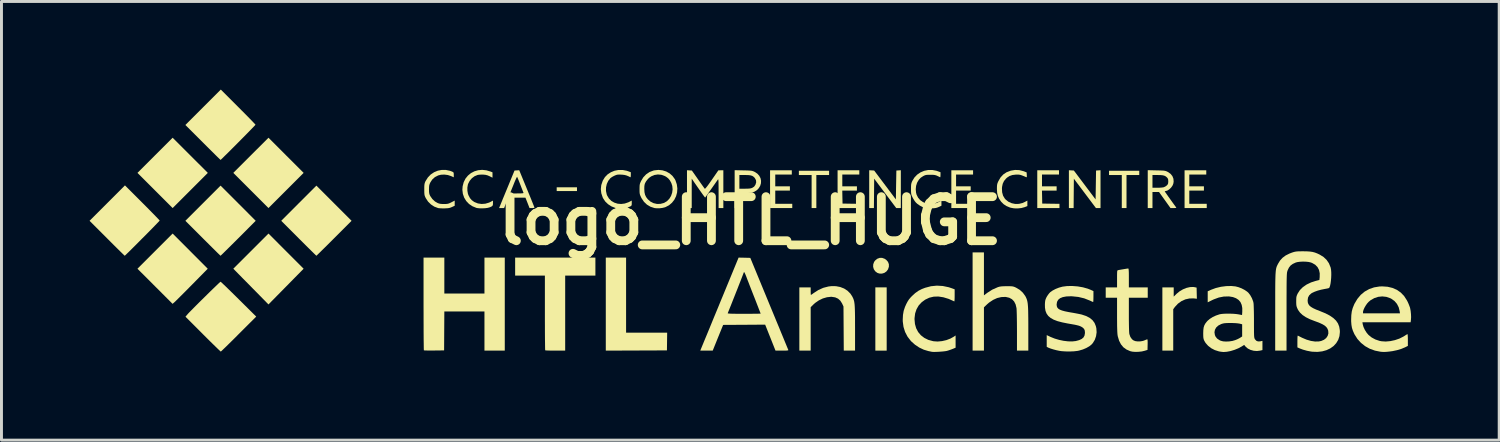
<source format=kicad_pcb>
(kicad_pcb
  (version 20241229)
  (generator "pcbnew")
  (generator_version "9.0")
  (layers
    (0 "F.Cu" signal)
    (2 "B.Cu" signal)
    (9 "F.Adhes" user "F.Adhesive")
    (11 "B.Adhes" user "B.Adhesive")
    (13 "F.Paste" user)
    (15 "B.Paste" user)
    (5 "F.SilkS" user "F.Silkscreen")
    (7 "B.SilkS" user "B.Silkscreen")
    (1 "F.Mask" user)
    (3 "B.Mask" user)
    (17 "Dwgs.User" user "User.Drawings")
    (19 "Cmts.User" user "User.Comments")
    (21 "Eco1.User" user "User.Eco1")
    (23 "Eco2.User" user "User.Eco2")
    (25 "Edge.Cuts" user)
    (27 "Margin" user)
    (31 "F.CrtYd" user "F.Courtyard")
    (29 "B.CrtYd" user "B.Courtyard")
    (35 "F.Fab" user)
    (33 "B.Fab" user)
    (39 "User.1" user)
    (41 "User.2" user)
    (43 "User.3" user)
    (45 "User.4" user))
  (footprint "logo_HTL_HUGE"
    (layer "F.Cu")
    (at 22.498 4.469)
    (property "Reference" "logo_HTL_HUGE" (at 0 0 0) (layer "F.SilkS") (effects (font (size 1.5 1.5) (thickness 0.3))))
    (attr board_only exclude_from_pos_files exclude_from_bom)
    (fp_poly (pts (xy -19.07 -2.23) (xy -18.471 -1.632) (xy -19.07 -1.033) (xy -19.669 -0.434) (xy -20.268 -1.033) (xy -20.867 -1.632) (xy -20.268 -2.231) (xy -19.669 -2.829)) (stroke (width 0) (type solid)) (fill yes) (layer "F.SilkS"))
    (fp_poly (pts (xy -15.807 -2.23) (xy -15.208 -1.632) (xy -15.807 -1.033) (xy -16.406 -0.434) (xy -17.004 -1.033) (xy -17.603 -1.632) (xy -17.004 -2.231) (xy -16.405 -2.829)) (stroke (width 0) (type solid)) (fill yes) (layer "F.SilkS"))
    (fp_poly (pts (xy -5.9 -1.077) (xy -5.9 -1.013) (xy -6.246 -1.013) (xy -6.591 -1.013) (xy -6.591 -1.077) (xy -6.591 -1.141) (xy -6.246 -1.141) (xy -5.9 -1.141)) (stroke (width 0) (type solid)) (fill yes) (layer "F.SilkS"))
    (fp_poly (pts (xy 4.646 3.344) (xy 4.646 4.421) (xy 4.453 4.421) (xy 4.26 4.421) (xy 4.26 3.344) (xy 4.26 2.267) (xy 4.453 2.267) (xy 4.646 2.267)) (stroke (width 0) (type solid)) (fill yes) (layer "F.SilkS"))
    (fp_poly (pts (xy -4.228 2.532) (xy -4.228 3.81) (xy -3.528 3.81) (xy -2.829 3.81) (xy -2.833 4.111) (xy -2.837 4.413) (xy -3.878 4.417) (xy -4.919 4.421) (xy -4.919 2.838) (xy -4.919 1.254) (xy -4.574 1.254) (xy -4.228 1.254)) (stroke (width 0) (type solid)) (fill yes) (layer "F.SilkS"))
    (fp_poly (pts (xy -15.807 1.033) (xy -15.209 1.632) (xy -15.807 2.24) (xy -16.406 2.848) (xy -16.719 2.529) (xy -16.822 2.424) (xy -16.937 2.308) (xy -17.055 2.187) (xy -17.171 2.07) (xy -17.275 1.965) (xy -17.318 1.921) (xy -17.603 1.631) (xy -17.004 1.033) (xy -16.405 0.434)) (stroke (width 0) (type solid)) (fill yes) (layer "F.SilkS"))
    (fp_poly (pts (xy -19.071 1.033) (xy -18.474 1.632) (xy -19.007 2.173) (xy -19.117 2.284) (xy -19.222 2.39) (xy -19.32 2.489) (xy -19.408 2.576) (xy -19.483 2.651) (xy -19.543 2.71) (xy -19.585 2.752) (xy -19.606 2.771) (xy -19.671 2.828) (xy -20.269 2.23) (xy -20.867 1.632) (xy -20.268 1.033) (xy -19.669 0.434)) (stroke (width 0) (type solid)) (fill yes) (layer "F.SilkS"))
    (fp_poly (pts (xy 2.685 -1.632) (xy 2.685 -1.559) (xy 2.468 -1.559) (xy 2.251 -1.559) (xy 2.251 -0.997) (xy 2.251 -0.434) (xy 2.17 -0.434) (xy 2.09 -0.434) (xy 2.09 -0.997) (xy 2.09 -1.559) (xy 1.873 -1.559) (xy 1.656 -1.559) (xy 1.656 -1.632) (xy 1.656 -1.704) (xy 2.17 -1.704) (xy 2.685 -1.704)) (stroke (width 0) (type solid)) (fill yes) (layer "F.SilkS"))
    (fp_poly (pts (xy 13.247 -1.632) (xy 13.247 -1.559) (xy 13.03 -1.559) (xy 12.813 -1.559) (xy 12.813 -0.997) (xy 12.813 -0.434) (xy 12.732 -0.434) (xy 12.652 -0.434) (xy 12.652 -0.997) (xy 12.652 -1.559) (xy 12.435 -1.559) (xy 12.218 -1.559) (xy 12.218 -1.632) (xy 12.218 -1.704) (xy 12.732 -1.704) (xy 13.247 -1.704)) (stroke (width 0) (type solid)) (fill yes) (layer "F.SilkS"))
    (fp_poly (pts (xy 5.128 -1.078) (xy 5.128 -0.434) (xy 5.05 -0.434) (xy 4.971 -0.434) (xy 4.596 -0.934) (xy 4.22 -1.434) (xy 4.216 -0.934) (xy 4.211 -0.434) (xy 4.131 -0.434) (xy 4.051 -0.434) (xy 4.051 -1.078) (xy 4.051 -1.722) (xy 4.136 -1.717) (xy 4.22 -1.712) (xy 4.59 -1.22) (xy 4.959 -0.728) (xy 4.967 -1.22) (xy 4.976 -1.712) (xy 5.052 -1.717) (xy 5.128 -1.722)) (stroke (width 0) (type solid)) (fill yes) (layer "F.SilkS"))
    (fp_poly (pts (xy 11.928 -1.078) (xy 11.928 -0.434) (xy 11.85 -0.434) (xy 11.772 -0.434) (xy 11.396 -0.934) (xy 11.02 -1.434) (xy 11.016 -0.934) (xy 11.012 -0.434) (xy 10.931 -0.434) (xy 10.851 -0.434) (xy 10.851 -1.078) (xy 10.851 -1.722) (xy 10.936 -1.717) (xy 11.02 -1.712) (xy 11.39 -1.22) (xy 11.76 -0.728) (xy 11.768 -1.22) (xy 11.776 -1.712) (xy 11.852 -1.717) (xy 11.928 -1.722)) (stroke (width 0) (type solid)) (fill yes) (layer "F.SilkS"))
    (fp_poly (pts (xy 4.577 1.293) (xy 4.631 1.33) (xy 4.691 1.399) (xy 4.721 1.478) (xy 4.721 1.565) (xy 4.691 1.654) (xy 4.689 1.657) (xy 4.635 1.727) (xy 4.564 1.775) (xy 4.481 1.799) (xy 4.395 1.796) (xy 4.324 1.771) (xy 4.254 1.717) (xy 4.207 1.646) (xy 4.185 1.566) (xy 4.188 1.482) (xy 4.217 1.401) (xy 4.253 1.352) (xy 4.325 1.293) (xy 4.407 1.263) (xy 4.492 1.263)) (stroke (width 0) (type solid)) (fill yes) (layer "F.SilkS"))
    (fp_poly (pts (xy -17.438 -0.599) (xy -16.84 -0.000054) (xy -17.434 0.595) (xy -17.548 0.709) (xy -17.656 0.816) (xy -17.754 0.913) (xy -17.841 0.999) (xy -17.915 1.072) (xy -17.973 1.129) (xy -18.014 1.168) (xy -18.035 1.188) (xy -18.037 1.19) (xy -18.05 1.179) (xy -18.083 1.147) (xy -18.135 1.097) (xy -18.202 1.03) (xy -18.284 0.949) (xy -18.378 0.856) (xy -18.482 0.752) (xy -18.594 0.641) (xy -18.64 0.595) (xy -19.235 -0.000054) (xy -18.636 -0.599) (xy -18.037 -1.198)) (stroke (width 0) (type solid)) (fill yes) (layer "F.SilkS"))
    (fp_poly (pts (xy -14.175 -0.599) (xy -13.576 -0.000054) (xy -14.171 0.595) (xy -14.285 0.709) (xy -14.392 0.816) (xy -14.49 0.913) (xy -14.578 0.999) (xy -14.651 1.072) (xy -14.71 1.129) (xy -14.75 1.168) (xy -14.771 1.188) (xy -14.774 1.19) (xy -14.786 1.179) (xy -14.82 1.147) (xy -14.871 1.097) (xy -14.939 1.03) (xy -15.021 0.949) (xy -15.115 0.856) (xy -15.219 0.752) (xy -15.331 0.641) (xy -15.377 0.595) (xy -15.971 -0.000054) (xy -15.373 -0.599) (xy -14.774 -1.198)) (stroke (width 0) (type solid)) (fill yes) (layer "F.SilkS"))
    (fp_poly (pts (xy 1.415 -1.648) (xy 1.415 -1.575) (xy 1.133 -1.575) (xy 0.852 -1.575) (xy 0.852 -1.374) (xy 0.852 -1.174) (xy 1.101 -1.174) (xy 1.35 -1.174) (xy 1.35 -1.101) (xy 1.35 -1.029) (xy 1.101 -1.029) (xy 0.852 -1.029) (xy 0.852 -0.804) (xy 0.852 -0.579) (xy 1.141 -0.579) (xy 1.431 -0.579) (xy 1.431 -0.506) (xy 1.431 -0.434) (xy 1.053 -0.434) (xy 0.675 -0.434) (xy 0.675 -1.077) (xy 0.675 -1.72) (xy 1.045 -1.72) (xy 1.415 -1.72)) (stroke (width 0) (type solid)) (fill yes) (layer "F.SilkS"))
    (fp_poly (pts (xy 3.714 -1.648) (xy 3.714 -1.575) (xy 3.424 -1.575) (xy 3.135 -1.575) (xy 3.135 -1.374) (xy 3.135 -1.174) (xy 3.384 -1.174) (xy 3.633 -1.174) (xy 3.633 -1.101) (xy 3.633 -1.029) (xy 3.384 -1.029) (xy 3.134 -1.029) (xy 3.138 -0.808) (xy 3.143 -0.587) (xy 3.436 -0.582) (xy 3.73 -0.578) (xy 3.73 -0.506) (xy 3.73 -0.434) (xy 3.352 -0.434) (xy 2.974 -0.434) (xy 2.974 -1.077) (xy 2.974 -1.72) (xy 3.344 -1.72) (xy 3.714 -1.72)) (stroke (width 0) (type solid)) (fill yes) (layer "F.SilkS"))
    (fp_poly (pts (xy 7.588 -1.648) (xy 7.588 -1.575) (xy 7.298 -1.575) (xy 7.009 -1.575) (xy 7.009 -1.374) (xy 7.009 -1.174) (xy 7.258 -1.174) (xy 7.507 -1.174) (xy 7.507 -1.101) (xy 7.507 -1.029) (xy 7.258 -1.029) (xy 7.009 -1.029) (xy 7.009 -0.804) (xy 7.009 -0.579) (xy 7.298 -0.579) (xy 7.588 -0.579) (xy 7.588 -0.506) (xy 7.588 -0.434) (xy 7.218 -0.434) (xy 6.848 -0.434) (xy 6.848 -1.077) (xy 6.848 -1.72) (xy 7.218 -1.72) (xy 7.588 -1.72)) (stroke (width 0) (type solid)) (fill yes) (layer "F.SilkS"))
    (fp_poly (pts (xy 10.514 -1.648) (xy 10.514 -1.575) (xy 10.224 -1.575) (xy 9.935 -1.575) (xy 9.935 -1.374) (xy 9.935 -1.174) (xy 10.184 -1.174) (xy 10.433 -1.174) (xy 10.433 -1.101) (xy 10.433 -1.029) (xy 10.184 -1.029) (xy 9.934 -1.029) (xy 9.939 -0.808) (xy 9.943 -0.587) (xy 10.236 -0.582) (xy 10.53 -0.578) (xy 10.53 -0.506) (xy 10.53 -0.434) (xy 10.152 -0.434) (xy 9.774 -0.434) (xy 9.774 -1.077) (xy 9.774 -1.72) (xy 10.144 -1.72) (xy 10.514 -1.72)) (stroke (width 0) (type solid)) (fill yes) (layer "F.SilkS"))
    (fp_poly (pts (xy 15.529 -1.648) (xy 15.529 -1.575) (xy 15.24 -1.575) (xy 14.951 -1.575) (xy 14.951 -1.374) (xy 14.951 -1.174) (xy 15.2 -1.174) (xy 15.449 -1.174) (xy 15.449 -1.101) (xy 15.449 -1.029) (xy 15.2 -1.029) (xy 14.951 -1.029) (xy 14.951 -0.804) (xy 14.951 -0.579) (xy 15.248 -0.579) (xy 15.545 -0.579) (xy 15.545 -0.506) (xy 15.545 -0.434) (xy 15.168 -0.434) (xy 14.79 -0.434) (xy 14.79 -1.077) (xy 14.79 -1.72) (xy 15.16 -1.72) (xy 15.529 -1.72)) (stroke (width 0) (type solid)) (fill yes) (layer "F.SilkS"))
    (fp_poly (pts (xy 15.129 2.26) (xy 15.2 2.275) (xy 15.204 2.464) (xy 15.209 2.654) (xy 15.108 2.643) (xy 14.96 2.644) (xy 14.818 2.675) (xy 14.685 2.735) (xy 14.564 2.822) (xy 14.46 2.934) (xy 14.45 2.948) (xy 14.404 3.011) (xy 14.404 3.716) (xy 14.404 4.421) (xy 14.219 4.421) (xy 14.034 4.421) (xy 14.034 3.344) (xy 14.034 2.267) (xy 14.227 2.267) (xy 14.42 2.267) (xy 14.42 2.424) (xy 14.42 2.582) (xy 14.521 2.483) (xy 14.622 2.4) (xy 14.735 2.334) (xy 14.854 2.285) (xy 14.972 2.258) (xy 15.082 2.253)) (stroke (width 0) (type solid)) (fill yes) (layer "F.SilkS"))
    (fp_poly (pts (xy -5.273 1.559) (xy -5.273 1.865) (xy -5.787 1.865) (xy -6.302 1.865) (xy -6.302 3.143) (xy -6.302 4.421) (xy -6.637 4.421) (xy -6.737 4.42) (xy -6.827 4.419) (xy -6.901 4.417) (xy -6.953 4.414) (xy -6.98 4.411) (xy -6.982 4.41) (xy -6.984 4.393) (xy -6.986 4.346) (xy -6.987 4.271) (xy -6.988 4.172) (xy -6.99 4.051) (xy -6.991 3.909) (xy -6.992 3.751) (xy -6.992 3.577) (xy -6.993 3.39) (xy -6.993 3.194) (xy -6.993 3.132) (xy -6.993 1.865) (xy -7.499 1.865) (xy -8.006 1.865) (xy -8.006 1.559) (xy -8.006 1.254) (xy -6.639 1.254) (xy -5.273 1.254)) (stroke (width 0) (type solid)) (fill yes) (layer "F.SilkS"))
    (fp_poly (pts (xy -20.702 -0.615) (xy -20.588 -0.501) (xy -20.482 -0.394) (xy -20.385 -0.295) (xy -20.299 -0.208) (xy -20.227 -0.133) (xy -20.17 -0.074) (xy -20.131 -0.033) (xy -20.113 -0.011) (xy -20.111 -0.008) (xy -20.122 0.006) (xy -20.153 0.039) (xy -20.202 0.09) (xy -20.266 0.156) (xy -20.342 0.235) (xy -20.429 0.323) (xy -20.522 0.418) (xy -20.621 0.517) (xy -20.722 0.618) (xy -20.822 0.719) (xy -20.919 0.817) (xy -21.011 0.908) (xy -21.094 0.991) (xy -21.167 1.063) (xy -21.227 1.121) (xy -21.27 1.163) (xy -21.296 1.186) (xy -21.301 1.19) (xy -21.313 1.179) (xy -21.346 1.147) (xy -21.398 1.097) (xy -21.466 1.03) (xy -21.548 0.949) (xy -21.642 0.856) (xy -21.746 0.752) (xy -21.857 0.641) (xy -21.903 0.595) (xy -22.498 -0.000001) (xy -21.895 -0.603) (xy -21.293 -1.206)) (stroke (width 0) (type solid)) (fill yes) (layer "F.SilkS"))
    (fp_poly (pts (xy -17.438 -3.878) (xy -17.325 -3.764) (xy -17.218 -3.657) (xy -17.121 -3.559) (xy -17.035 -3.471) (xy -16.963 -3.397) (xy -16.907 -3.338) (xy -16.868 -3.296) (xy -16.849 -3.274) (xy -16.848 -3.271) (xy -16.859 -3.258) (xy -16.89 -3.224) (xy -16.939 -3.173) (xy -17.003 -3.107) (xy -17.079 -3.029) (xy -17.165 -2.941) (xy -17.259 -2.846) (xy -17.358 -2.746) (xy -17.458 -2.645) (xy -17.558 -2.544) (xy -17.656 -2.447) (xy -17.747 -2.355) (xy -17.831 -2.272) (xy -17.904 -2.201) (xy -17.963 -2.142) (xy -18.007 -2.1) (xy -18.032 -2.077) (xy -18.037 -2.074) (xy -18.05 -2.085) (xy -18.083 -2.117) (xy -18.135 -2.167) (xy -18.202 -2.233) (xy -18.284 -2.315) (xy -18.378 -2.408) (xy -18.482 -2.511) (xy -18.594 -2.623) (xy -18.64 -2.669) (xy -19.235 -3.263) (xy -18.632 -3.866) (xy -18.029 -4.469)) (stroke (width 0) (type solid)) (fill yes) (layer "F.SilkS"))
    (fp_poly (pts (xy -10.417 1.865) (xy -10.417 2.476) (xy -9.734 2.476) (xy -9.051 2.476) (xy -9.051 1.865) (xy -9.051 1.254) (xy -8.705 1.254) (xy -8.359 1.254) (xy -8.359 2.837) (xy -8.359 4.421) (xy -8.705 4.421) (xy -9.051 4.421) (xy -9.051 3.754) (xy -9.051 3.087) (xy -9.734 3.087) (xy -10.417 3.087) (xy -10.421 3.75) (xy -10.425 4.413) (xy -10.764 4.417) (xy -10.865 4.418) (xy -10.955 4.418) (xy -11.03 4.416) (xy -11.083 4.414) (xy -11.111 4.412) (xy -11.114 4.41) (xy -11.115 4.393) (xy -11.117 4.346) (xy -11.118 4.271) (xy -11.119 4.17) (xy -11.121 4.046) (xy -11.122 3.901) (xy -11.123 3.737) (xy -11.123 3.556) (xy -11.124 3.361) (xy -11.124 3.153) (xy -11.125 2.935) (xy -11.125 2.827) (xy -11.125 1.254) (xy -10.771 1.254) (xy -10.417 1.254)) (stroke (width 0) (type solid)) (fill yes) (layer "F.SilkS"))
    (fp_poly (pts (xy -18.023 2.085) (xy -17.988 2.116) (xy -17.935 2.167) (xy -17.865 2.233) (xy -17.782 2.314) (xy -17.687 2.407) (xy -17.582 2.51) (xy -17.469 2.621) (xy -17.422 2.668) (xy -16.823 3.262) (xy -17.419 3.857) (xy -17.533 3.972) (xy -17.641 4.079) (xy -17.74 4.176) (xy -17.828 4.263) (xy -17.903 4.335) (xy -17.962 4.392) (xy -18.004 4.432) (xy -18.027 4.451) (xy -18.03 4.453) (xy -18.044 4.442) (xy -18.078 4.41) (xy -18.131 4.36) (xy -18.2 4.293) (xy -18.283 4.212) (xy -18.378 4.119) (xy -18.483 4.015) (xy -18.594 3.904) (xy -18.639 3.86) (xy -19.232 3.266) (xy -19.166 3.188) (xy -19.14 3.158) (xy -19.094 3.11) (xy -19.033 3.048) (xy -18.959 2.973) (xy -18.875 2.888) (xy -18.783 2.796) (xy -18.686 2.7) (xy -18.587 2.603) (xy -18.489 2.506) (xy -18.394 2.412) (xy -18.304 2.325) (xy -18.223 2.247) (xy -18.153 2.18) (xy -18.098 2.127) (xy -18.058 2.091) (xy -18.038 2.075) (xy -18.037 2.074)) (stroke (width 0) (type solid)) (fill yes) (layer "F.SilkS"))
    (fp_poly (pts (xy -0.236 -1.717) (xy -0.131 -1.715) (xy -0.053 -1.712) (xy 0.005 -1.708) (xy 0.049 -1.703) (xy 0.083 -1.694) (xy 0.114 -1.683) (xy 0.147 -1.667) (xy 0.149 -1.666) (xy 0.242 -1.606) (xy 0.308 -1.533) (xy 0.35 -1.451) (xy 0.368 -1.364) (xy 0.364 -1.276) (xy 0.338 -1.19) (xy 0.292 -1.112) (xy 0.227 -1.044) (xy 0.145 -0.992) (xy 0.045 -0.959) (xy -0.057 -0.948) (xy -0.107 -0.947) (xy -0.175 -0.943) (xy -0.245 -0.938) (xy -0.247 -0.938) (xy -0.37 -0.928) (xy -0.37 -0.681) (xy -0.37 -0.434) (xy -0.45 -0.434) (xy -0.531 -0.434) (xy -0.531 -1.079) (xy -0.531 -1.559) (xy -0.37 -1.559) (xy -0.37 -1.326) (xy -0.37 -1.093) (xy -0.182 -1.093) (xy -0.095 -1.094) (xy -0.032 -1.098) (xy 0.014 -1.105) (xy 0.052 -1.116) (xy 0.074 -1.126) (xy 0.131 -1.163) (xy 0.17 -1.217) (xy 0.178 -1.231) (xy 0.202 -1.31) (xy 0.196 -1.383) (xy 0.158 -1.453) (xy 0.149 -1.465) (xy 0.111 -1.502) (xy 0.069 -1.529) (xy 0.016 -1.546) (xy -0.054 -1.556) (xy -0.148 -1.559) (xy -0.184 -1.559) (xy -0.37 -1.559) (xy -0.531 -1.559) (xy -0.531 -1.724)) (stroke (width 0) (type solid)) (fill yes) (layer "F.SilkS"))
    (fp_poly (pts (xy 2.917 2.226) (xy 3.063 2.254) (xy 3.196 2.306) (xy 3.313 2.382) (xy 3.41 2.479) (xy 3.471 2.572) (xy 3.492 2.613) (xy 3.51 2.652) (xy 3.524 2.693) (xy 3.537 2.738) (xy 3.546 2.791) (xy 3.554 2.854) (xy 3.559 2.931) (xy 3.563 3.025) (xy 3.566 3.138) (xy 3.568 3.274) (xy 3.568 3.436) (xy 3.569 3.626) (xy 3.569 3.653) (xy 3.569 4.421) (xy 3.377 4.421) (xy 3.185 4.421) (xy 3.18 3.669) (xy 3.175 2.918) (xy 3.128 2.816) (xy 3.068 2.721) (xy 2.99 2.651) (xy 2.892 2.607) (xy 2.775 2.589) (xy 2.75 2.588) (xy 2.613 2.603) (xy 2.472 2.644) (xy 2.336 2.71) (xy 2.211 2.796) (xy 2.153 2.848) (xy 2.058 2.942) (xy 2.058 3.681) (xy 2.058 4.421) (xy 1.865 4.421) (xy 1.672 4.421) (xy 1.672 3.344) (xy 1.672 2.267) (xy 1.865 2.267) (xy 2.058 2.267) (xy 2.058 2.395) (xy 2.059 2.455) (xy 2.061 2.5) (xy 2.065 2.523) (xy 2.066 2.524) (xy 2.083 2.515) (xy 2.117 2.492) (xy 2.159 2.461) (xy 2.322 2.356) (xy 2.488 2.282) (xy 2.662 2.237) (xy 2.762 2.225)) (stroke (width 0) (type solid)) (fill yes) (layer "F.SilkS"))
    (fp_poly (pts (xy -8.984 -1.719) (xy -8.846 -1.678) (xy -8.777 -1.651) (xy -8.777 -1.56) (xy -8.777 -1.468) (xy -8.877 -1.518) (xy -8.947 -1.548) (xy -9.013 -1.565) (xy -9.092 -1.573) (xy -9.099 -1.573) (xy -9.169 -1.573) (xy -9.235 -1.569) (xy -9.284 -1.561) (xy -9.285 -1.561) (xy -9.388 -1.518) (xy -9.48 -1.449) (xy -9.555 -1.36) (xy -9.607 -1.259) (xy -9.616 -1.231) (xy -9.633 -1.131) (xy -9.632 -1.023) (xy -9.614 -0.921) (xy -9.593 -0.865) (xy -9.543 -0.772) (xy -9.483 -0.703) (xy -9.408 -0.648) (xy -9.389 -0.637) (xy -9.273 -0.591) (xy -9.147 -0.573) (xy -9.019 -0.583) (xy -8.894 -0.62) (xy -8.846 -0.643) (xy -8.761 -0.688) (xy -8.761 -0.603) (xy -8.763 -0.551) (xy -8.774 -0.517) (xy -8.799 -0.493) (xy -8.846 -0.47) (xy -8.874 -0.459) (xy -8.939 -0.441) (xy -9.025 -0.429) (xy -9.12 -0.424) (xy -9.213 -0.425) (xy -9.293 -0.433) (xy -9.326 -0.44) (xy -9.46 -0.495) (xy -9.576 -0.573) (xy -9.67 -0.672) (xy -9.741 -0.788) (xy -9.786 -0.917) (xy -9.803 -1.057) (xy -9.794 -1.175) (xy -9.758 -1.314) (xy -9.697 -1.437) (xy -9.613 -1.54) (xy -9.511 -1.624) (xy -9.394 -1.685) (xy -9.265 -1.723) (xy -9.127 -1.735)) (stroke (width 0) (type solid)) (fill yes) (layer "F.SilkS"))
    (fp_poly (pts (xy -2.071 -1.717) (xy -1.988 -1.712) (xy -1.776 -1.41) (xy -1.715 -1.323) (xy -1.659 -1.244) (xy -1.611 -1.177) (xy -1.575 -1.127) (xy -1.553 -1.097) (xy -1.548 -1.091) (xy -1.534 -1.096) (xy -1.507 -1.125) (xy -1.464 -1.178) (xy -1.406 -1.257) (xy -1.332 -1.362) (xy -1.308 -1.397) (xy -1.085 -1.719) (xy -1.001 -1.72) (xy -0.916 -1.72) (xy -0.916 -1.077) (xy -0.916 -0.434) (xy -0.997 -0.434) (xy -1.077 -0.434) (xy -1.078 -0.936) (xy -1.078 -1.076) (xy -1.079 -1.187) (xy -1.08 -1.272) (xy -1.081 -1.334) (xy -1.084 -1.375) (xy -1.087 -1.4) (xy -1.091 -1.41) (xy -1.097 -1.41) (xy -1.104 -1.402) (xy -1.106 -1.399) (xy -1.124 -1.373) (xy -1.156 -1.328) (xy -1.198 -1.268) (xy -1.248 -1.197) (xy -1.302 -1.12) (xy -1.357 -1.043) (xy -1.41 -0.968) (xy -1.457 -0.901) (xy -1.496 -0.846) (xy -1.523 -0.808) (xy -1.535 -0.791) (xy -1.535 -0.791) (xy -1.546 -0.802) (xy -1.572 -0.836) (xy -1.613 -0.891) (xy -1.665 -0.964) (xy -1.727 -1.052) (xy -1.797 -1.152) (xy -1.872 -1.26) (xy -1.895 -1.293) (xy -1.993 -1.436) (xy -1.993 -0.935) (xy -1.993 -0.434) (xy -2.074 -0.434) (xy -2.154 -0.434) (xy -2.154 -1.078) (xy -2.154 -1.722)) (stroke (width 0) (type solid)) (fill yes) (layer "F.SilkS"))
    (fp_poly (pts (xy -4.206 -1.704) (xy -4.156 -1.687) (xy -4.067 -1.654) (xy -4.067 -1.565) (xy -4.069 -1.518) (xy -4.074 -1.488) (xy -4.079 -1.482) (xy -4.159 -1.522) (xy -4.224 -1.547) (xy -4.285 -1.562) (xy -4.354 -1.57) (xy -4.391 -1.572) (xy -4.463 -1.575) (xy -4.515 -1.572) (xy -4.558 -1.563) (xy -4.604 -1.545) (xy -4.624 -1.536) (xy -4.683 -1.506) (xy -4.736 -1.472) (xy -4.764 -1.45) (xy -4.835 -1.361) (xy -4.885 -1.254) (xy -4.911 -1.138) (xy -4.913 -1.017) (xy -4.888 -0.9) (xy -4.872 -0.859) (xy -4.811 -0.758) (xy -4.729 -0.677) (xy -4.629 -0.619) (xy -4.517 -0.583) (xy -4.397 -0.573) (xy -4.274 -0.588) (xy -4.15 -0.63) (xy -4.128 -0.641) (xy -4.035 -0.689) (xy -4.035 -0.602) (xy -4.036 -0.551) (xy -4.044 -0.521) (xy -4.064 -0.502) (xy -4.095 -0.485) (xy -4.193 -0.448) (xy -4.308 -0.426) (xy -4.428 -0.419) (xy -4.544 -0.428) (xy -4.598 -0.44) (xy -4.725 -0.49) (xy -4.84 -0.564) (xy -4.937 -0.657) (xy -5.01 -0.766) (xy -5.024 -0.795) (xy -5.072 -0.938) (xy -5.088 -1.078) (xy -5.073 -1.217) (xy -5.025 -1.358) (xy -5.018 -1.374) (xy -4.948 -1.488) (xy -4.856 -1.582) (xy -4.745 -1.654) (xy -4.621 -1.705) (xy -4.487 -1.731) (xy -4.347 -1.731)) (stroke (width 0) (type solid)) (fill yes) (layer "F.SilkS"))
    (fp_poly (pts (xy -7.607 -1.09) (xy -7.552 -0.956) (xy -7.5 -0.83) (xy -7.454 -0.718) (xy -7.415 -0.62) (xy -7.383 -0.541) (xy -7.361 -0.484) (xy -7.349 -0.452) (xy -7.347 -0.446) (xy -7.361 -0.439) (xy -7.398 -0.435) (xy -7.431 -0.434) (xy -7.516 -0.434) (xy -7.585 -0.611) (xy -7.655 -0.788) (xy -7.949 -0.788) (xy -8.242 -0.788) (xy -8.311 -0.611) (xy -8.381 -0.434) (xy -8.466 -0.434) (xy -8.552 -0.434) (xy -8.528 -0.494) (xy -8.516 -0.522) (xy -8.494 -0.577) (xy -8.463 -0.653) (xy -8.424 -0.749) (xy -8.378 -0.859) (xy -8.348 -0.932) (xy -8.183 -0.932) (xy -7.948 -0.932) (xy -7.853 -0.933) (xy -7.786 -0.935) (xy -7.745 -0.939) (xy -7.724 -0.945) (xy -7.721 -0.953) (xy -7.73 -0.974) (xy -7.747 -1.019) (xy -7.773 -1.084) (xy -7.803 -1.163) (xy -7.829 -1.23) (xy -7.862 -1.315) (xy -7.892 -1.39) (xy -7.916 -1.448) (xy -7.933 -1.486) (xy -7.939 -1.498) (xy -7.948 -1.488) (xy -7.967 -1.453) (xy -7.992 -1.397) (xy -8.023 -1.326) (xy -8.041 -1.281) (xy -8.075 -1.196) (xy -8.107 -1.117) (xy -8.134 -1.051) (xy -8.153 -1.004) (xy -8.158 -0.993) (xy -8.183 -0.932) (xy -8.348 -0.932) (xy -8.328 -0.981) (xy -8.274 -1.111) (xy -8.265 -1.133) (xy -8.027 -1.712) (xy -7.947 -1.717) (xy -7.867 -1.722)) (stroke (width 0) (type solid)) (fill yes) (layer "F.SilkS"))
    (fp_poly (pts (xy 9.165 -1.726) (xy 9.307 -1.689) (xy 9.318 -1.685) (xy 9.412 -1.648) (xy 9.417 -1.561) (xy 9.419 -1.511) (xy 9.414 -1.486) (xy 9.402 -1.484) (xy 9.401 -1.484) (xy 9.314 -1.522) (xy 9.249 -1.547) (xy 9.197 -1.564) (xy 9.151 -1.572) (xy 9.104 -1.574) (xy 9.047 -1.573) (xy 9.044 -1.573) (xy 8.927 -1.559) (xy 8.831 -1.526) (xy 8.747 -1.472) (xy 8.708 -1.436) (xy 8.641 -1.354) (xy 8.598 -1.263) (xy 8.575 -1.156) (xy 8.571 -1.101) (xy 8.578 -0.97) (xy 8.609 -0.856) (xy 8.667 -0.759) (xy 8.697 -0.725) (xy 8.792 -0.649) (xy 8.903 -0.599) (xy 9.023 -0.574) (xy 9.148 -0.576) (xy 9.271 -0.606) (xy 9.349 -0.641) (xy 9.437 -0.688) (xy 9.437 -0.594) (xy 9.437 -0.501) (xy 9.344 -0.465) (xy 9.234 -0.435) (xy 9.111 -0.422) (xy 8.986 -0.424) (xy 8.873 -0.444) (xy 8.84 -0.454) (xy 8.724 -0.503) (xy 8.632 -0.563) (xy 8.553 -0.64) (xy 8.538 -0.659) (xy 8.474 -0.752) (xy 8.432 -0.847) (xy 8.408 -0.952) (xy 8.4 -1.077) (xy 8.4 -1.085) (xy 8.401 -1.162) (xy 8.405 -1.218) (xy 8.414 -1.263) (xy 8.43 -1.307) (xy 8.451 -1.353) (xy 8.525 -1.479) (xy 8.618 -1.579) (xy 8.728 -1.653) (xy 8.731 -1.654) (xy 8.873 -1.708) (xy 9.019 -1.732)) (stroke (width 0) (type solid)) (fill yes) (layer "F.SilkS"))
    (fp_poly (pts (xy 7.958 1.808) (xy 7.958 2.539) (xy 8.064 2.458) (xy 8.238 2.346) (xy 8.424 2.263) (xy 8.44 2.257) (xy 8.489 2.243) (xy 8.546 2.234) (xy 8.617 2.229) (xy 8.71 2.227) (xy 8.737 2.227) (xy 8.824 2.227) (xy 8.887 2.229) (xy 8.933 2.234) (xy 8.972 2.243) (xy 9.01 2.257) (xy 9.054 2.278) (xy 9.178 2.352) (xy 9.283 2.448) (xy 9.364 2.559) (xy 9.371 2.572) (xy 9.392 2.613) (xy 9.41 2.655) (xy 9.425 2.698) (xy 9.437 2.747) (xy 9.447 2.805) (xy 9.454 2.874) (xy 9.46 2.958) (xy 9.464 3.059) (xy 9.466 3.181) (xy 9.468 3.326) (xy 9.469 3.498) (xy 9.469 3.667) (xy 9.469 4.421) (xy 9.276 4.421) (xy 9.083 4.421) (xy 9.083 3.75) (xy 9.082 3.601) (xy 9.081 3.459) (xy 9.079 3.326) (xy 9.077 3.208) (xy 9.074 3.109) (xy 9.071 3.031) (xy 9.068 2.981) (xy 9.066 2.969) (xy 9.036 2.845) (xy 8.985 2.746) (xy 8.913 2.671) (xy 8.82 2.62) (xy 8.707 2.594) (xy 8.689 2.592) (xy 8.549 2.597) (xy 8.406 2.631) (xy 8.267 2.695) (xy 8.133 2.785) (xy 8.068 2.841) (xy 7.958 2.946) (xy 7.958 3.683) (xy 7.958 4.421) (xy 7.765 4.421) (xy 7.572 4.421) (xy 7.572 2.749) (xy 7.572 1.077) (xy 7.765 1.077) (xy 7.958 1.077)) (stroke (width 0) (type solid)) (fill yes) (layer "F.SilkS"))
    (fp_poly (pts (xy 6.339 -1.704) (xy 6.386 -1.688) (xy 6.479 -1.654) (xy 6.479 -1.565) (xy 6.477 -1.518) (xy 6.472 -1.488) (xy 6.467 -1.482) (xy 6.393 -1.519) (xy 6.338 -1.544) (xy 6.29 -1.558) (xy 6.24 -1.565) (xy 6.177 -1.567) (xy 6.133 -1.567) (xy 6.057 -1.567) (xy 6.003 -1.563) (xy 5.962 -1.555) (xy 5.925 -1.54) (xy 5.886 -1.52) (xy 5.806 -1.467) (xy 5.745 -1.403) (xy 5.694 -1.32) (xy 5.678 -1.287) (xy 5.647 -1.188) (xy 5.636 -1.075) (xy 5.646 -0.96) (xy 5.664 -0.89) (xy 5.715 -0.788) (xy 5.788 -0.704) (xy 5.88 -0.639) (xy 5.986 -0.595) (xy 6.101 -0.574) (xy 6.221 -0.577) (xy 6.341 -0.605) (xy 6.426 -0.643) (xy 6.511 -0.688) (xy 6.511 -0.6) (xy 6.511 -0.513) (xy 6.419 -0.471) (xy 6.365 -0.449) (xy 6.311 -0.435) (xy 6.245 -0.427) (xy 6.174 -0.424) (xy 6.099 -0.424) (xy 6.028 -0.426) (xy 5.974 -0.432) (xy 5.958 -0.435) (xy 5.87 -0.467) (xy 5.776 -0.517) (xy 5.691 -0.576) (xy 5.641 -0.622) (xy 5.599 -0.675) (xy 5.556 -0.743) (xy 5.525 -0.801) (xy 5.502 -0.851) (xy 5.487 -0.893) (xy 5.479 -0.936) (xy 5.475 -0.99) (xy 5.474 -1.064) (xy 5.474 -1.085) (xy 5.475 -1.167) (xy 5.478 -1.226) (xy 5.486 -1.271) (xy 5.499 -1.312) (xy 5.517 -1.354) (xy 5.59 -1.473) (xy 5.684 -1.572) (xy 5.797 -1.649) (xy 5.923 -1.702) (xy 6.058 -1.73) (xy 6.198 -1.731)) (stroke (width 0) (type solid)) (fill yes) (layer "F.SilkS"))
    (fp_poly (pts (xy -10.363 -1.732) (xy -10.222 -1.702) (xy -10.156 -1.677) (xy -10.121 -1.66) (xy -10.103 -1.642) (xy -10.097 -1.611) (xy -10.096 -1.566) (xy -10.096 -1.481) (xy -10.188 -1.523) (xy -10.297 -1.559) (xy -10.415 -1.574) (xy -10.532 -1.569) (xy -10.627 -1.545) (xy -10.739 -1.487) (xy -10.829 -1.405) (xy -10.894 -1.306) (xy -10.917 -1.255) (xy -10.931 -1.21) (xy -10.937 -1.159) (xy -10.939 -1.089) (xy -10.94 -1.069) (xy -10.938 -0.994) (xy -10.933 -0.941) (xy -10.922 -0.898) (xy -10.902 -0.855) (xy -10.897 -0.844) (xy -10.825 -0.741) (xy -10.734 -0.657) (xy -10.65 -0.608) (xy -10.599 -0.588) (xy -10.545 -0.577) (xy -10.476 -0.572) (xy -10.43 -0.572) (xy -10.358 -0.573) (xy -10.306 -0.579) (xy -10.261 -0.591) (xy -10.209 -0.614) (xy -10.177 -0.63) (xy -10.064 -0.688) (xy -10.064 -0.6) (xy -10.064 -0.513) (xy -10.156 -0.47) (xy -10.207 -0.449) (xy -10.256 -0.435) (xy -10.313 -0.428) (xy -10.39 -0.424) (xy -10.409 -0.423) (xy -10.486 -0.423) (xy -10.557 -0.426) (xy -10.613 -0.431) (xy -10.632 -0.435) (xy -10.758 -0.482) (xy -10.873 -0.557) (xy -10.972 -0.655) (xy -11.049 -0.772) (xy -11.056 -0.786) (xy -11.075 -0.827) (xy -11.088 -0.864) (xy -11.095 -0.905) (xy -11.099 -0.958) (xy -11.1 -1.032) (xy -11.1 -1.069) (xy -11.1 -1.153) (xy -11.097 -1.213) (xy -11.091 -1.258) (xy -11.081 -1.296) (xy -11.065 -1.335) (xy -11.056 -1.353) (xy -10.978 -1.476) (xy -10.881 -1.577) (xy -10.766 -1.654) (xy -10.639 -1.707) (xy -10.503 -1.733)) (stroke (width 0) (type solid)) (fill yes) (layer "F.SilkS"))
    (fp_poly (pts (xy 13.832 -1.717) (xy 13.937 -1.715) (xy 14.015 -1.712) (xy 14.072 -1.709) (xy 14.115 -1.703) (xy 14.149 -1.695) (xy 14.179 -1.684) (xy 14.211 -1.668) (xy 14.221 -1.663) (xy 14.311 -1.601) (xy 14.375 -1.523) (xy 14.411 -1.431) (xy 14.418 -1.329) (xy 14.405 -1.258) (xy 14.376 -1.192) (xy 14.329 -1.128) (xy 14.271 -1.073) (xy 14.209 -1.032) (xy 14.15 -1.013) (xy 14.139 -1.013) (xy 14.118 -1.007) (xy 14.115 -1.003) (xy 14.124 -0.988) (xy 14.148 -0.952) (xy 14.185 -0.9) (xy 14.23 -0.835) (xy 14.282 -0.763) (xy 14.335 -0.688) (xy 14.388 -0.614) (xy 14.436 -0.548) (xy 14.477 -0.492) (xy 14.505 -0.454) (xy 14.507 -0.443) (xy 14.487 -0.437) (xy 14.441 -0.434) (xy 14.416 -0.434) (xy 14.311 -0.434) (xy 14.116 -0.707) (xy 13.92 -0.981) (xy 13.809 -0.981) (xy 13.697 -0.981) (xy 13.697 -0.707) (xy 13.697 -0.434) (xy 13.616 -0.434) (xy 13.536 -0.434) (xy 13.536 -1.079) (xy 13.536 -1.559) (xy 13.697 -1.559) (xy 13.697 -1.342) (xy 13.697 -1.125) (xy 13.86 -1.125) (xy 13.936 -1.127) (xy 14.008 -1.132) (xy 14.064 -1.139) (xy 14.084 -1.144) (xy 14.137 -1.169) (xy 14.186 -1.205) (xy 14.19 -1.209) (xy 14.218 -1.244) (xy 14.231 -1.281) (xy 14.235 -1.335) (xy 14.235 -1.342) (xy 14.232 -1.4) (xy 14.219 -1.44) (xy 14.195 -1.472) (xy 14.155 -1.508) (xy 14.11 -1.533) (xy 14.053 -1.549) (xy 13.977 -1.557) (xy 13.876 -1.559) (xy 13.874 -1.559) (xy 13.697 -1.559) (xy 13.536 -1.559) (xy 13.536 -1.724)) (stroke (width 0) (type solid)) (fill yes) (layer "F.SilkS"))
    (fp_poly (pts (xy 6.557 2.22) (xy 6.762 2.263) (xy 6.874 2.301) (xy 6.961 2.333) (xy 6.961 2.542) (xy 6.96 2.62) (xy 6.958 2.683) (xy 6.954 2.727) (xy 6.95 2.745) (xy 6.949 2.745) (xy 6.757 2.659) (xy 6.576 2.604) (xy 6.406 2.578) (xy 6.246 2.583) (xy 6.097 2.619) (xy 5.958 2.685) (xy 5.839 2.772) (xy 5.737 2.882) (xy 5.663 3.01) (xy 5.615 3.154) (xy 5.595 3.314) (xy 5.594 3.352) (xy 5.609 3.514) (xy 5.65 3.659) (xy 5.718 3.788) (xy 5.811 3.898) (xy 5.927 3.987) (xy 6.065 4.055) (xy 6.224 4.098) (xy 6.246 4.102) (xy 6.382 4.111) (xy 6.53 4.097) (xy 6.679 4.063) (xy 6.82 4.009) (xy 6.944 3.939) (xy 6.949 3.935) (xy 6.993 3.904) (xy 6.993 4.113) (xy 6.993 4.321) (xy 6.893 4.363) (xy 6.821 4.39) (xy 6.743 4.416) (xy 6.696 4.43) (xy 6.645 4.439) (xy 6.573 4.448) (xy 6.489 4.455) (xy 6.401 4.461) (xy 6.317 4.464) (xy 6.246 4.465) (xy 6.195 4.462) (xy 6.181 4.46) (xy 6.147 4.453) (xy 6.096 4.442) (xy 6.065 4.436) (xy 5.909 4.389) (xy 5.755 4.316) (xy 5.611 4.22) (xy 5.483 4.106) (xy 5.468 4.09) (xy 5.356 3.945) (xy 5.273 3.786) (xy 5.219 3.613) (xy 5.194 3.428) (xy 5.193 3.361) (xy 5.201 3.205) (xy 5.225 3.066) (xy 5.27 2.931) (xy 5.315 2.831) (xy 5.361 2.745) (xy 5.407 2.674) (xy 5.464 2.607) (xy 5.512 2.558) (xy 5.619 2.46) (xy 5.726 2.384) (xy 5.842 2.324) (xy 5.954 2.281) (xy 6.154 2.228) (xy 6.354 2.208)) (stroke (width 0) (type solid)) (fill yes) (layer "F.SilkS"))
    (fp_poly (pts (xy -2.989 -1.719) (xy -2.861 -1.679) (xy -2.745 -1.614) (xy -2.646 -1.526) (xy -2.568 -1.419) (xy -2.546 -1.376) (xy -2.5 -1.239) (xy -2.482 -1.102) (xy -2.491 -0.966) (xy -2.526 -0.837) (xy -2.584 -0.719) (xy -2.665 -0.615) (xy -2.766 -0.529) (xy -2.887 -0.466) (xy -2.908 -0.459) (xy -2.989 -0.439) (xy -3.084 -0.427) (xy -3.181 -0.426) (xy -3.262 -0.434) (xy -3.263 -0.435) (xy -3.397 -0.479) (xy -3.517 -0.55) (xy -3.619 -0.647) (xy -3.699 -0.765) (xy -3.709 -0.784) (xy -3.736 -0.841) (xy -3.754 -0.885) (xy -3.764 -0.927) (xy -3.769 -0.977) (xy -3.77 -1.046) (xy -3.77 -1.076) (xy -3.77 -1.085) (xy -3.608 -1.085) (xy -3.602 -0.975) (xy -3.582 -0.886) (xy -3.545 -0.808) (xy -3.489 -0.734) (xy -3.399 -0.655) (xy -3.293 -0.601) (xy -3.179 -0.575) (xy -3.06 -0.576) (xy -2.943 -0.607) (xy -2.932 -0.611) (xy -2.835 -0.669) (xy -2.756 -0.75) (xy -2.697 -0.847) (xy -2.659 -0.957) (xy -2.644 -1.072) (xy -2.655 -1.188) (xy -2.687 -1.286) (xy -2.737 -1.378) (xy -2.795 -1.447) (xy -2.868 -1.502) (xy -2.913 -1.526) (xy -3.028 -1.567) (xy -3.146 -1.578) (xy -3.263 -1.56) (xy -3.372 -1.514) (xy -3.448 -1.46) (xy -3.498 -1.407) (xy -3.545 -1.346) (xy -3.565 -1.312) (xy -3.587 -1.267) (xy -3.599 -1.224) (xy -3.606 -1.173) (xy -3.608 -1.104) (xy -3.608 -1.085) (xy -3.77 -1.085) (xy -3.769 -1.155) (xy -3.766 -1.212) (xy -3.758 -1.257) (xy -3.743 -1.3) (xy -3.72 -1.35) (xy -3.719 -1.353) (xy -3.643 -1.479) (xy -3.546 -1.582) (xy -3.431 -1.66) (xy -3.3 -1.71) (xy -3.267 -1.718) (xy -3.126 -1.733)) (stroke (width 0) (type solid)) (fill yes) (layer "F.SilkS"))
    (fp_poly (pts (xy 12.88 1.631) (xy 12.885 1.656) (xy 12.889 1.701) (xy 12.892 1.77) (xy 12.893 1.866) (xy 12.893 1.945) (xy 12.893 2.267) (xy 13.214 2.267) (xy 13.536 2.267) (xy 13.536 2.444) (xy 13.536 2.62) (xy 13.214 2.62) (xy 12.893 2.62) (xy 12.893 3.198) (xy 12.893 3.359) (xy 12.895 3.503) (xy 12.897 3.627) (xy 12.9 3.728) (xy 12.904 3.803) (xy 12.909 3.85) (xy 12.91 3.857) (xy 12.945 3.957) (xy 13.001 4.034) (xy 13.054 4.074) (xy 13.118 4.098) (xy 13.2 4.108) (xy 13.29 4.105) (xy 13.377 4.089) (xy 13.429 4.07) (xy 13.476 4.05) (xy 13.511 4.038) (xy 13.522 4.035) (xy 13.528 4.05) (xy 13.532 4.091) (xy 13.533 4.152) (xy 13.532 4.215) (xy 13.528 4.396) (xy 13.431 4.426) (xy 13.334 4.449) (xy 13.224 4.461) (xy 13.113 4.464) (xy 13.012 4.456) (xy 12.939 4.439) (xy 12.812 4.383) (xy 12.707 4.307) (xy 12.624 4.207) (xy 12.561 4.084) (xy 12.516 3.935) (xy 12.515 3.928) (xy 12.508 3.889) (xy 12.503 3.838) (xy 12.499 3.773) (xy 12.496 3.689) (xy 12.493 3.585) (xy 12.492 3.455) (xy 12.491 3.299) (xy 12.491 3.219) (xy 12.491 2.62) (xy 12.298 2.62) (xy 12.105 2.62) (xy 12.105 2.444) (xy 12.105 2.267) (xy 12.298 2.267) (xy 12.491 2.267) (xy 12.491 1.978) (xy 12.491 1.875) (xy 12.492 1.8) (xy 12.494 1.748) (xy 12.497 1.714) (xy 12.503 1.695) (xy 12.511 1.686) (xy 12.523 1.681) (xy 12.527 1.681) (xy 12.565 1.673) (xy 12.622 1.663) (xy 12.688 1.652) (xy 12.754 1.641) (xy 12.813 1.631) (xy 12.856 1.625) (xy 12.873 1.624)) (stroke (width 0) (type solid)) (fill yes) (layer "F.SilkS"))
    (fp_poly (pts (xy -0.198 1.257) (xy 0.002 1.262) (xy 0.645 2.821) (xy 0.733 3.034) (xy 0.818 3.239) (xy 0.898 3.434) (xy 0.974 3.616) (xy 1.043 3.785) (xy 1.106 3.937) (xy 1.161 4.071) (xy 1.208 4.185) (xy 1.246 4.277) (xy 1.274 4.345) (xy 1.292 4.387) (xy 1.297 4.401) (xy 1.293 4.409) (xy 1.272 4.415) (xy 1.228 4.419) (xy 1.158 4.42) (xy 1.083 4.421) (xy 0.86 4.421) (xy 0.684 3.978) (xy 0.508 3.536) (xy -0.207 3.541) (xy -0.923 3.545) (xy -1.101 3.983) (xy -1.278 4.421) (xy -1.49 4.421) (xy -1.702 4.421) (xy -1.598 4.168) (xy -1.576 4.114) (xy -1.543 4.034) (xy -1.499 3.929) (xy -1.447 3.803) (xy -1.387 3.658) (xy -1.321 3.496) (xy -1.249 3.32) (xy -1.177 3.147) (xy -0.767 3.147) (xy -0.763 3.152) (xy -0.744 3.157) (xy -0.708 3.16) (xy -0.652 3.163) (xy -0.574 3.165) (xy -0.471 3.166) (xy -0.34 3.167) (xy -0.211 3.167) (xy -0.08 3.167) (xy 0.041 3.166) (xy 0.147 3.165) (xy 0.234 3.164) (xy 0.301 3.163) (xy 0.342 3.162) (xy 0.354 3.16) (xy 0.348 3.144) (xy 0.332 3.102) (xy 0.306 3.036) (xy 0.273 2.95) (xy 0.233 2.847) (xy 0.188 2.731) (xy 0.139 2.605) (xy 0.131 2.586) (xy 0.078 2.451) (xy 0.027 2.321) (xy -0.021 2.198) (xy -0.063 2.088) (xy -0.1 1.994) (xy -0.127 1.922) (xy -0.144 1.877) (xy -0.169 1.817) (xy -0.19 1.772) (xy -0.206 1.748) (xy -0.211 1.745) (xy -0.225 1.768) (xy -0.225 1.771) (xy -0.231 1.788) (xy -0.247 1.831) (xy -0.273 1.898) (xy -0.306 1.984) (xy -0.346 2.086) (xy -0.391 2.2) (xy -0.439 2.324) (xy -0.491 2.454) (xy -0.543 2.586) (xy -0.595 2.717) (xy -0.645 2.844) (xy -0.693 2.963) (xy -0.736 3.07) (xy -0.767 3.147) (xy -1.177 3.147) (xy -1.172 3.134) (xy -1.091 2.939) (xy -1.009 2.738) (xy -0.945 2.584) (xy -0.397 1.253)) (stroke (width 0) (type solid)) (fill yes) (layer "F.SilkS"))
    (fp_poly (pts (xy 21.704 2.246) (xy 21.871 2.286) (xy 22.022 2.352) (xy 22.154 2.445) (xy 22.267 2.563) (xy 22.36 2.707) (xy 22.383 2.751) (xy 22.416 2.823) (xy 22.444 2.894) (xy 22.465 2.951) (xy 22.471 2.974) (xy 22.489 3.07) (xy 22.5 3.177) (xy 22.504 3.279) (xy 22.499 3.365) (xy 22.499 3.367) (xy 22.488 3.456) (xy 21.667 3.456) (xy 20.846 3.456) (xy 20.857 3.524) (xy 20.883 3.616) (xy 20.929 3.715) (xy 20.989 3.81) (xy 21.053 3.886) (xy 21.161 3.973) (xy 21.289 4.042) (xy 21.431 4.089) (xy 21.498 4.102) (xy 21.641 4.111) (xy 21.796 4.097) (xy 21.954 4.063) (xy 22.106 4.011) (xy 22.243 3.942) (xy 22.274 3.923) (xy 22.323 3.891) (xy 22.361 3.868) (xy 22.381 3.859) (xy 22.382 3.859) (xy 22.386 3.874) (xy 22.39 3.915) (xy 22.393 3.975) (xy 22.394 4.05) (xy 22.394 4.059) (xy 22.394 4.26) (xy 22.298 4.308) (xy 22.173 4.361) (xy 22.026 4.405) (xy 21.87 4.438) (xy 21.766 4.452) (xy 21.68 4.461) (xy 21.616 4.465) (xy 21.564 4.466) (xy 21.514 4.463) (xy 21.461 4.458) (xy 21.274 4.421) (xy 21.099 4.358) (xy 20.939 4.269) (xy 20.797 4.156) (xy 20.676 4.023) (xy 20.579 3.87) (xy 20.569 3.85) (xy 20.522 3.745) (xy 20.49 3.646) (xy 20.472 3.542) (xy 20.463 3.423) (xy 20.463 3.357) (xy 20.468 3.213) (xy 20.476 3.151) (xy 20.867 3.151) (xy 21.496 3.151) (xy 22.125 3.151) (xy 22.115 3.081) (xy 22.082 2.946) (xy 22.022 2.829) (xy 21.938 2.731) (xy 21.83 2.654) (xy 21.794 2.636) (xy 21.661 2.59) (xy 21.523 2.575) (xy 21.385 2.589) (xy 21.252 2.632) (xy 21.128 2.702) (xy 21.057 2.761) (xy 21.008 2.815) (xy 20.96 2.884) (xy 20.917 2.958) (xy 20.885 3.029) (xy 20.868 3.088) (xy 20.867 3.105) (xy 20.867 3.151) (xy 20.476 3.151) (xy 20.484 3.088) (xy 20.515 2.972) (xy 20.563 2.854) (xy 20.578 2.821) (xy 20.674 2.66) (xy 20.789 2.522) (xy 20.924 2.41) (xy 21.076 2.325) (xy 21.243 2.267) (xy 21.425 2.237) (xy 21.519 2.233)) (stroke (width 0) (type solid)) (fill yes) (layer "F.SilkS"))
    (fp_poly (pts (xy 11.151 2.234) (xy 11.329 2.265) (xy 11.493 2.311) (xy 11.587 2.348) (xy 11.687 2.393) (xy 11.687 2.579) (xy 11.686 2.652) (xy 11.684 2.712) (xy 11.681 2.751) (xy 11.677 2.765) (xy 11.659 2.759) (xy 11.62 2.742) (xy 11.569 2.718) (xy 11.569 2.718) (xy 11.374 2.641) (xy 11.173 2.593) (xy 10.961 2.571) (xy 10.91 2.57) (xy 10.763 2.576) (xy 10.644 2.598) (xy 10.551 2.636) (xy 10.486 2.69) (xy 10.447 2.76) (xy 10.433 2.848) (xy 10.433 2.851) (xy 10.439 2.907) (xy 10.457 2.954) (xy 10.491 2.993) (xy 10.543 3.026) (xy 10.617 3.055) (xy 10.716 3.082) (xy 10.843 3.108) (xy 10.912 3.12) (xy 11.012 3.137) (xy 11.108 3.155) (xy 11.194 3.172) (xy 11.261 3.186) (xy 11.293 3.194) (xy 11.442 3.244) (xy 11.562 3.307) (xy 11.655 3.384) (xy 11.724 3.477) (xy 11.769 3.587) (xy 11.786 3.661) (xy 11.795 3.795) (xy 11.776 3.928) (xy 11.733 4.053) (xy 11.666 4.163) (xy 11.623 4.212) (xy 11.545 4.274) (xy 11.443 4.332) (xy 11.327 4.381) (xy 11.205 4.417) (xy 11.151 4.429) (xy 11.024 4.444) (xy 10.88 4.45) (xy 10.732 4.448) (xy 10.594 4.438) (xy 10.522 4.427) (xy 10.423 4.406) (xy 10.321 4.379) (xy 10.228 4.35) (xy 10.154 4.321) (xy 10.14 4.314) (xy 10.096 4.291) (xy 10.096 4.092) (xy 10.096 3.892) (xy 10.23 3.956) (xy 10.368 4.011) (xy 10.518 4.055) (xy 10.672 4.087) (xy 10.822 4.105) (xy 10.961 4.108) (xy 11.081 4.095) (xy 11.087 4.094) (xy 11.202 4.063) (xy 11.288 4.023) (xy 11.348 3.972) (xy 11.383 3.907) (xy 11.397 3.827) (xy 11.398 3.808) (xy 11.391 3.735) (xy 11.368 3.682) (xy 11.323 3.638) (xy 11.281 3.611) (xy 11.25 3.595) (xy 11.217 3.581) (xy 11.177 3.568) (xy 11.125 3.555) (xy 11.058 3.54) (xy 10.969 3.524) (xy 10.855 3.504) (xy 10.813 3.497) (xy 10.624 3.459) (xy 10.465 3.417) (xy 10.333 3.367) (xy 10.229 3.308) (xy 10.148 3.239) (xy 10.091 3.159) (xy 10.054 3.065) (xy 10.036 2.956) (xy 10.034 2.84) (xy 10.039 2.764) (xy 10.047 2.708) (xy 10.062 2.661) (xy 10.085 2.61) (xy 10.095 2.591) (xy 10.134 2.529) (xy 10.179 2.47) (xy 10.215 2.432) (xy 10.297 2.374) (xy 10.4 2.32) (xy 10.515 2.275) (xy 10.629 2.244) (xy 10.63 2.243) (xy 10.791 2.222) (xy 10.968 2.22)) (stroke (width 0) (type solid)) (fill yes) (layer "F.SilkS"))
    (fp_poly (pts (xy 16.524 2.234) (xy 16.626 2.26) (xy 16.733 2.301) (xy 16.834 2.354) (xy 16.92 2.412) (xy 16.962 2.449) (xy 17.026 2.532) (xy 17.083 2.634) (xy 17.124 2.741) (xy 17.137 2.795) (xy 17.141 2.832) (xy 17.144 2.897) (xy 17.147 2.984) (xy 17.15 3.09) (xy 17.152 3.211) (xy 17.153 3.341) (xy 17.153 3.43) (xy 17.153 3.578) (xy 17.154 3.697) (xy 17.154 3.791) (xy 17.156 3.864) (xy 17.158 3.918) (xy 17.162 3.958) (xy 17.167 3.986) (xy 17.173 4.006) (xy 17.18 4.023) (xy 17.185 4.031) (xy 17.232 4.084) (xy 17.291 4.108) (xy 17.366 4.105) (xy 17.374 4.103) (xy 17.442 4.088) (xy 17.442 4.245) (xy 17.442 4.402) (xy 17.36 4.421) (xy 17.254 4.434) (xy 17.143 4.425) (xy 17.037 4.396) (xy 16.944 4.35) (xy 16.871 4.288) (xy 16.866 4.282) (xy 16.82 4.226) (xy 16.733 4.281) (xy 16.62 4.342) (xy 16.492 4.394) (xy 16.357 4.435) (xy 16.228 4.46) (xy 16.116 4.468) (xy 16.064 4.463) (xy 15.998 4.454) (xy 15.954 4.445) (xy 15.821 4.403) (xy 15.698 4.339) (xy 15.591 4.256) (xy 15.506 4.16) (xy 15.465 4.091) (xy 15.447 4.052) (xy 15.436 4.015) (xy 15.429 3.971) (xy 15.426 3.912) (xy 15.425 3.829) (xy 15.425 3.826) (xy 15.426 3.796) (xy 15.808 3.796) (xy 15.822 3.887) (xy 15.843 3.939) (xy 15.897 4.009) (xy 15.98 4.065) (xy 16.021 4.084) (xy 16.102 4.105) (xy 16.202 4.112) (xy 16.312 4.107) (xy 16.422 4.09) (xy 16.514 4.063) (xy 16.581 4.036) (xy 16.644 4.005) (xy 16.687 3.98) (xy 16.751 3.938) (xy 16.751 3.731) (xy 16.751 3.524) (xy 16.667 3.502) (xy 16.61 3.493) (xy 16.528 3.485) (xy 16.429 3.481) (xy 16.357 3.48) (xy 16.263 3.481) (xy 16.193 3.484) (xy 16.14 3.489) (xy 16.096 3.498) (xy 16.052 3.511) (xy 16.032 3.519) (xy 15.937 3.568) (xy 15.867 3.633) (xy 15.824 3.711) (xy 15.808 3.796) (xy 15.426 3.796) (xy 15.429 3.717) (xy 15.44 3.631) (xy 15.463 3.56) (xy 15.499 3.495) (xy 15.553 3.427) (xy 15.573 3.405) (xy 15.648 3.341) (xy 15.746 3.279) (xy 15.858 3.226) (xy 15.976 3.186) (xy 15.996 3.181) (xy 16.059 3.171) (xy 16.147 3.164) (xy 16.249 3.162) (xy 16.358 3.163) (xy 16.464 3.167) (xy 16.56 3.176) (xy 16.633 3.187) (xy 16.747 3.209) (xy 16.755 3.1) (xy 16.755 2.971) (xy 16.735 2.863) (xy 16.693 2.768) (xy 16.691 2.765) (xy 16.629 2.694) (xy 16.543 2.637) (xy 16.437 2.597) (xy 16.315 2.577) (xy 16.294 2.575) (xy 16.123 2.58) (xy 15.957 2.612) (xy 15.788 2.674) (xy 15.734 2.699) (xy 15.578 2.776) (xy 15.578 2.588) (xy 15.578 2.4) (xy 15.694 2.348) (xy 15.854 2.289) (xy 16.029 2.247) (xy 16.208 2.224) (xy 16.382 2.22)) (stroke (width 0) (type solid)) (fill yes) (layer "F.SilkS"))
    (fp_poly (pts (xy 18.954 1.04) (xy 19.06 1.047) (xy 19.149 1.06) (xy 19.231 1.082) (xy 19.313 1.114) (xy 19.391 1.151) (xy 19.522 1.232) (xy 19.626 1.33) (xy 19.706 1.447) (xy 19.762 1.585) (xy 19.766 1.598) (xy 19.778 1.664) (xy 19.785 1.748) (xy 19.786 1.843) (xy 19.782 1.944) (xy 19.773 2.043) (xy 19.761 2.134) (xy 19.745 2.21) (xy 19.726 2.265) (xy 19.711 2.287) (xy 19.691 2.295) (xy 19.646 2.306) (xy 19.586 2.317) (xy 19.559 2.322) (xy 19.44 2.346) (xy 19.325 2.377) (xy 19.222 2.414) (xy 19.138 2.453) (xy 19.1 2.476) (xy 19.033 2.54) (xy 18.994 2.614) (xy 18.981 2.706) (xy 18.981 2.712) (xy 18.986 2.777) (xy 19.005 2.833) (xy 19.038 2.883) (xy 19.091 2.929) (xy 19.165 2.974) (xy 19.265 3.021) (xy 19.392 3.071) (xy 19.412 3.079) (xy 19.59 3.152) (xy 19.737 3.229) (xy 19.856 3.311) (xy 19.948 3.399) (xy 20.014 3.496) (xy 20.056 3.604) (xy 20.076 3.723) (xy 20.079 3.787) (xy 20.064 3.927) (xy 20.022 4.054) (xy 19.954 4.167) (xy 19.863 4.265) (xy 19.751 4.345) (xy 19.621 4.406) (xy 19.476 4.446) (xy 19.317 4.464) (xy 19.147 4.458) (xy 19.095 4.452) (xy 18.956 4.425) (xy 18.821 4.387) (xy 18.719 4.349) (xy 18.632 4.31) (xy 18.632 4.107) (xy 18.633 4.031) (xy 18.635 3.969) (xy 18.639 3.926) (xy 18.643 3.909) (xy 18.644 3.909) (xy 18.663 3.918) (xy 18.703 3.938) (xy 18.759 3.966) (xy 18.793 3.983) (xy 18.944 4.047) (xy 19.093 4.09) (xy 19.234 4.111) (xy 19.363 4.108) (xy 19.442 4.092) (xy 19.537 4.052) (xy 19.612 3.993) (xy 19.662 3.919) (xy 19.687 3.836) (xy 19.682 3.748) (xy 19.679 3.734) (xy 19.656 3.674) (xy 19.62 3.621) (xy 19.568 3.573) (xy 19.496 3.528) (xy 19.401 3.483) (xy 19.28 3.436) (xy 19.228 3.417) (xy 19.059 3.352) (xy 18.92 3.283) (xy 18.808 3.208) (xy 18.721 3.126) (xy 18.656 3.036) (xy 18.637 2.998) (xy 18.616 2.949) (xy 18.602 2.905) (xy 18.595 2.856) (xy 18.592 2.792) (xy 18.592 2.741) (xy 18.593 2.664) (xy 18.596 2.609) (xy 18.605 2.565) (xy 18.621 2.522) (xy 18.644 2.473) (xy 18.718 2.359) (xy 18.82 2.257) (xy 18.947 2.17) (xy 19.097 2.098) (xy 19.248 2.049) (xy 19.38 2.015) (xy 19.391 1.92) (xy 19.393 1.788) (xy 19.368 1.673) (xy 19.317 1.576) (xy 19.24 1.497) (xy 19.136 1.437) (xy 19.093 1.42) (xy 19.018 1.402) (xy 18.924 1.392) (xy 18.822 1.389) (xy 18.721 1.394) (xy 18.632 1.406) (xy 18.576 1.421) (xy 18.475 1.468) (xy 18.4 1.523) (xy 18.344 1.594) (xy 18.3 1.686) (xy 18.292 1.709) (xy 18.287 1.726) (xy 18.282 1.746) (xy 18.278 1.77) (xy 18.275 1.802) (xy 18.272 1.843) (xy 18.27 1.896) (xy 18.268 1.962) (xy 18.266 2.044) (xy 18.265 2.145) (xy 18.264 2.265) (xy 18.264 2.408) (xy 18.263 2.576) (xy 18.263 2.771) (xy 18.263 2.994) (xy 18.263 3.107) (xy 18.262 4.421) (xy 18.069 4.421) (xy 17.876 4.421) (xy 17.877 3.091) (xy 17.877 2.843) (xy 17.877 2.626) (xy 17.877 2.436) (xy 17.878 2.271) (xy 17.879 2.13) (xy 17.881 2.011) (xy 17.884 1.91) (xy 17.887 1.825) (xy 17.892 1.755) (xy 17.897 1.698) (xy 17.904 1.65) (xy 17.912 1.61) (xy 17.922 1.576) (xy 17.933 1.546) (xy 17.947 1.516) (xy 17.962 1.486) (xy 17.971 1.467) (xy 18.041 1.353) (xy 18.127 1.259) (xy 18.233 1.18) (xy 18.363 1.115) (xy 18.447 1.083) (xy 18.499 1.066) (xy 18.545 1.054) (xy 18.591 1.046) (xy 18.645 1.041) (xy 18.715 1.039) (xy 18.809 1.038) (xy 18.825 1.038)) (stroke (width 0) (type solid)) (fill yes) (layer "F.SilkS")))
  (gr_rect
    (start -3 -3)
    (end 48.002 11.937)
    (stroke (width 0.1) (type default))
    (fill no)
    (layer "Edge.Cuts")))
</source>
